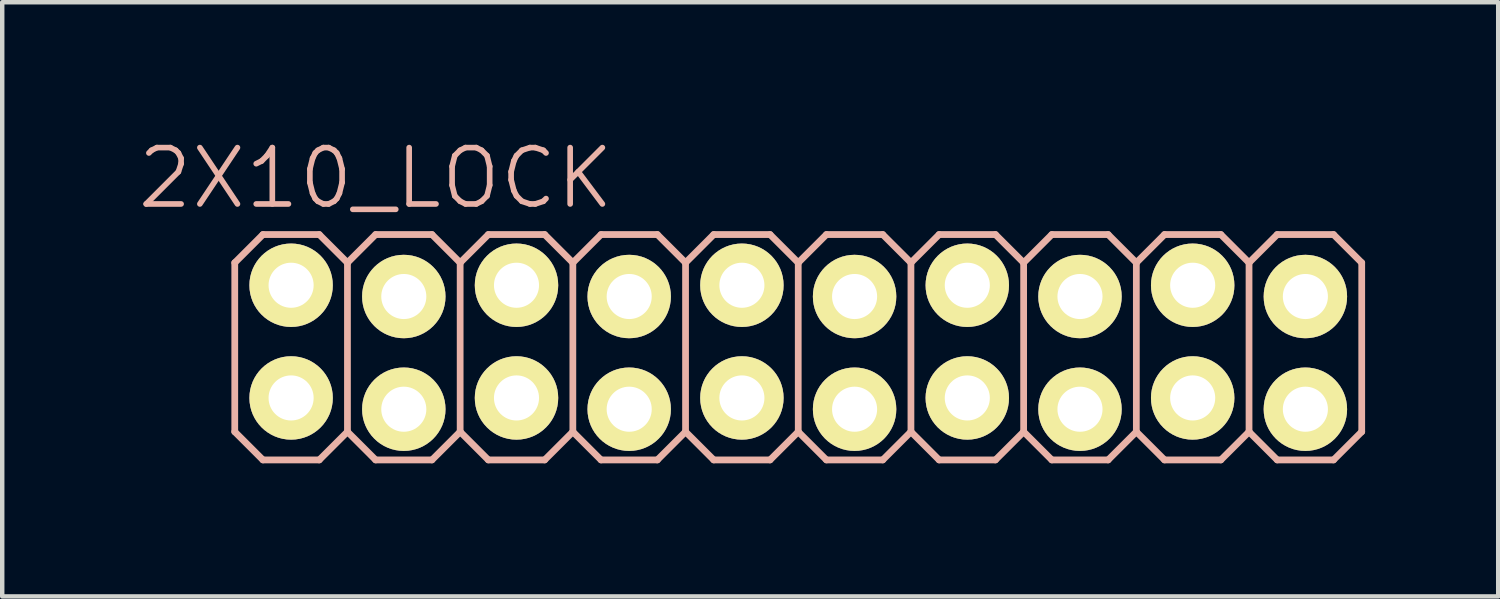
<source format=kicad_pcb>
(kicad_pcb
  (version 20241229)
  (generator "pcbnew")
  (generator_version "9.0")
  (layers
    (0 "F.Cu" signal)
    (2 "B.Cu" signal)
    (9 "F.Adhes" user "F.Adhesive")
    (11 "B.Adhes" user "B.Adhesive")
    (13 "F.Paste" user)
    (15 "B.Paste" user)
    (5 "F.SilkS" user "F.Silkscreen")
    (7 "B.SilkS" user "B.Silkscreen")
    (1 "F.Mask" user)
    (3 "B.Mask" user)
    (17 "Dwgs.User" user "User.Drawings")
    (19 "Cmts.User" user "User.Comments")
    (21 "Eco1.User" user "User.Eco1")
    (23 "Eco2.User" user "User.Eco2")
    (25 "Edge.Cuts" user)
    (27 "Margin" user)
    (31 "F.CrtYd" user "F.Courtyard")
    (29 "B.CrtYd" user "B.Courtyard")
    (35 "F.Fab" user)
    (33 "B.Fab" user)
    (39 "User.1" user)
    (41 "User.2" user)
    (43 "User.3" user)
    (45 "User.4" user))
  (footprint "2X10_LOCK"
    (layer "F.Cu")
    (at 14.941 4.776)
    (property "Reference" "2X10_LOCK" (at -9.525 -3.81 0) (layer "B.SilkS") (effects (font (size 1.27 1.27) (thickness 0.127))))
    (attr exclude_from_pos_files exclude_from_bom)
    (fp_line (start -11.684 -1.524) (end -11.176 -1.524) (stroke (width 0.066) (type solid)) (layer "F.SilkS"))
    (fp_line (start -11.684 -1.016) (end -11.684 -1.524) (stroke (width 0.066) (type solid)) (layer "F.SilkS"))
    (fp_line (start -11.684 -1.016) (end -11.176 -1.016) (stroke (width 0.066) (type solid)) (layer "F.SilkS"))
    (fp_line (start -11.684 1.016) (end -11.176 1.016) (stroke (width 0.066) (type solid)) (layer "F.SilkS"))
    (fp_line (start -11.684 1.524) (end -11.684 1.016) (stroke (width 0.066) (type solid)) (layer "F.SilkS"))
    (fp_line (start -11.684 1.524) (end -11.176 1.524) (stroke (width 0.066) (type solid)) (layer "F.SilkS"))
    (fp_line (start -11.176 -1.016) (end -11.176 -1.524) (stroke (width 0.066) (type solid)) (layer "F.SilkS"))
    (fp_line (start -11.176 1.524) (end -11.176 1.016) (stroke (width 0.066) (type solid)) (layer "F.SilkS"))
    (fp_line (start -9.144 -1.524) (end -8.636 -1.524) (stroke (width 0.066) (type solid)) (layer "F.SilkS"))
    (fp_line (start -9.144 -1.016) (end -9.144 -1.524) (stroke (width 0.066) (type solid)) (layer "F.SilkS"))
    (fp_line (start -9.144 -1.016) (end -8.636 -1.016) (stroke (width 0.066) (type solid)) (layer "F.SilkS"))
    (fp_line (start -9.144 1.016) (end -8.636 1.016) (stroke (width 0.066) (type solid)) (layer "F.SilkS"))
    (fp_line (start -9.144 1.524) (end -9.144 1.016) (stroke (width 0.066) (type solid)) (layer "F.SilkS"))
    (fp_line (start -9.144 1.524) (end -8.636 1.524) (stroke (width 0.066) (type solid)) (layer "F.SilkS"))
    (fp_line (start -8.636 -1.016) (end -8.636 -1.524) (stroke (width 0.066) (type solid)) (layer "F.SilkS"))
    (fp_line (start -8.636 1.524) (end -8.636 1.016) (stroke (width 0.066) (type solid)) (layer "F.SilkS"))
    (fp_line (start -6.604 -1.524) (end -6.096 -1.524) (stroke (width 0.066) (type solid)) (layer "F.SilkS"))
    (fp_line (start -6.604 -1.016) (end -6.604 -1.524) (stroke (width 0.066) (type solid)) (layer "F.SilkS"))
    (fp_line (start -6.604 -1.016) (end -6.096 -1.016) (stroke (width 0.066) (type solid)) (layer "F.SilkS"))
    (fp_line (start -6.604 1.016) (end -6.096 1.016) (stroke (width 0.066) (type solid)) (layer "F.SilkS"))
    (fp_line (start -6.604 1.524) (end -6.604 1.016) (stroke (width 0.066) (type solid)) (layer "F.SilkS"))
    (fp_line (start -6.604 1.524) (end -6.096 1.524) (stroke (width 0.066) (type solid)) (layer "F.SilkS"))
    (fp_line (start -6.096 -1.016) (end -6.096 -1.524) (stroke (width 0.066) (type solid)) (layer "F.SilkS"))
    (fp_line (start -6.096 1.524) (end -6.096 1.016) (stroke (width 0.066) (type solid)) (layer "F.SilkS"))
    (fp_line (start -4.064 -1.524) (end -3.556 -1.524) (stroke (width 0.066) (type solid)) (layer "F.SilkS"))
    (fp_line (start -4.064 -1.016) (end -4.064 -1.524) (stroke (width 0.066) (type solid)) (layer "F.SilkS"))
    (fp_line (start -4.064 -1.016) (end -3.556 -1.016) (stroke (width 0.066) (type solid)) (layer "F.SilkS"))
    (fp_line (start -4.064 1.016) (end -3.556 1.016) (stroke (width 0.066) (type solid)) (layer "F.SilkS"))
    (fp_line (start -4.064 1.524) (end -4.064 1.016) (stroke (width 0.066) (type solid)) (layer "F.SilkS"))
    (fp_line (start -4.064 1.524) (end -3.556 1.524) (stroke (width 0.066) (type solid)) (layer "F.SilkS"))
    (fp_line (start -3.556 -1.016) (end -3.556 -1.524) (stroke (width 0.066) (type solid)) (layer "F.SilkS"))
    (fp_line (start -3.556 1.524) (end -3.556 1.016) (stroke (width 0.066) (type solid)) (layer "F.SilkS"))
    (fp_line (start -1.524 -1.524) (end -1.016 -1.524) (stroke (width 0.066) (type solid)) (layer "F.SilkS"))
    (fp_line (start -1.524 -1.016) (end -1.524 -1.524) (stroke (width 0.066) (type solid)) (layer "F.SilkS"))
    (fp_line (start -1.524 -1.016) (end -1.016 -1.016) (stroke (width 0.066) (type solid)) (layer "F.SilkS"))
    (fp_line (start -1.524 1.016) (end -1.016 1.016) (stroke (width 0.066) (type solid)) (layer "F.SilkS"))
    (fp_line (start -1.524 1.524) (end -1.524 1.016) (stroke (width 0.066) (type solid)) (layer "F.SilkS"))
    (fp_line (start -1.524 1.524) (end -1.016 1.524) (stroke (width 0.066) (type solid)) (layer "F.SilkS"))
    (fp_line (start -1.016 -1.016) (end -1.016 -1.524) (stroke (width 0.066) (type solid)) (layer "F.SilkS"))
    (fp_line (start -1.016 1.524) (end -1.016 1.016) (stroke (width 0.066) (type solid)) (layer "F.SilkS"))
    (fp_line (start 1.016 -1.524) (end 1.524 -1.524) (stroke (width 0.066) (type solid)) (layer "F.SilkS"))
    (fp_line (start 1.016 -1.016) (end 1.016 -1.524) (stroke (width 0.066) (type solid)) (layer "F.SilkS"))
    (fp_line (start 1.016 -1.016) (end 1.524 -1.016) (stroke (width 0.066) (type solid)) (layer "F.SilkS"))
    (fp_line (start 1.016 1.016) (end 1.524 1.016) (stroke (width 0.066) (type solid)) (layer "F.SilkS"))
    (fp_line (start 1.016 1.524) (end 1.016 1.016) (stroke (width 0.066) (type solid)) (layer "F.SilkS"))
    (fp_line (start 1.016 1.524) (end 1.524 1.524) (stroke (width 0.066) (type solid)) (layer "F.SilkS"))
    (fp_line (start 1.524 -1.016) (end 1.524 -1.524) (stroke (width 0.066) (type solid)) (layer "F.SilkS"))
    (fp_line (start 1.524 1.524) (end 1.524 1.016) (stroke (width 0.066) (type solid)) (layer "F.SilkS"))
    (fp_line (start 3.556 -1.524) (end 4.064 -1.524) (stroke (width 0.066) (type solid)) (layer "F.SilkS"))
    (fp_line (start 3.556 -1.016) (end 3.556 -1.524) (stroke (width 0.066) (type solid)) (layer "F.SilkS"))
    (fp_line (start 3.556 -1.016) (end 4.064 -1.016) (stroke (width 0.066) (type solid)) (layer "F.SilkS"))
    (fp_line (start 3.556 1.016) (end 4.064 1.016) (stroke (width 0.066) (type solid)) (layer "F.SilkS"))
    (fp_line (start 3.556 1.524) (end 3.556 1.016) (stroke (width 0.066) (type solid)) (layer "F.SilkS"))
    (fp_line (start 3.556 1.524) (end 4.064 1.524) (stroke (width 0.066) (type solid)) (layer "F.SilkS"))
    (fp_line (start 4.064 -1.016) (end 4.064 -1.524) (stroke (width 0.066) (type solid)) (layer "F.SilkS"))
    (fp_line (start 4.064 1.524) (end 4.064 1.016) (stroke (width 0.066) (type solid)) (layer "F.SilkS"))
    (fp_line (start 6.096 -1.524) (end 6.604 -1.524) (stroke (width 0.066) (type solid)) (layer "F.SilkS"))
    (fp_line (start 6.096 -1.016) (end 6.096 -1.524) (stroke (width 0.066) (type solid)) (layer "F.SilkS"))
    (fp_line (start 6.096 -1.016) (end 6.604 -1.016) (stroke (width 0.066) (type solid)) (layer "F.SilkS"))
    (fp_line (start 6.096 1.016) (end 6.604 1.016) (stroke (width 0.066) (type solid)) (layer "F.SilkS"))
    (fp_line (start 6.096 1.524) (end 6.096 1.016) (stroke (width 0.066) (type solid)) (layer "F.SilkS"))
    (fp_line (start 6.096 1.524) (end 6.604 1.524) (stroke (width 0.066) (type solid)) (layer "F.SilkS"))
    (fp_line (start 6.604 -1.016) (end 6.604 -1.524) (stroke (width 0.066) (type solid)) (layer "F.SilkS"))
    (fp_line (start 6.604 1.524) (end 6.604 1.016) (stroke (width 0.066) (type solid)) (layer "F.SilkS"))
    (fp_line (start 8.636 -1.524) (end 9.144 -1.524) (stroke (width 0.066) (type solid)) (layer "F.SilkS"))
    (fp_line (start 8.636 -1.016) (end 8.636 -1.524) (stroke (width 0.066) (type solid)) (layer "F.SilkS"))
    (fp_line (start 8.636 -1.016) (end 9.144 -1.016) (stroke (width 0.066) (type solid)) (layer "F.SilkS"))
    (fp_line (start 8.636 1.016) (end 9.144 1.016) (stroke (width 0.066) (type solid)) (layer "F.SilkS"))
    (fp_line (start 8.636 1.524) (end 8.636 1.016) (stroke (width 0.066) (type solid)) (layer "F.SilkS"))
    (fp_line (start 8.636 1.524) (end 9.144 1.524) (stroke (width 0.066) (type solid)) (layer "F.SilkS"))
    (fp_line (start 9.144 -1.016) (end 9.144 -1.524) (stroke (width 0.066) (type solid)) (layer "F.SilkS"))
    (fp_line (start 9.144 1.524) (end 9.144 1.016) (stroke (width 0.066) (type solid)) (layer "F.SilkS"))
    (fp_line (start 11.176 -1.524) (end 11.684 -1.524) (stroke (width 0.066) (type solid)) (layer "F.SilkS"))
    (fp_line (start 11.176 -1.016) (end 11.176 -1.524) (stroke (width 0.066) (type solid)) (layer "F.SilkS"))
    (fp_line (start 11.176 -1.016) (end 11.684 -1.016) (stroke (width 0.066) (type solid)) (layer "F.SilkS"))
    (fp_line (start 11.176 1.016) (end 11.684 1.016) (stroke (width 0.066) (type solid)) (layer "F.SilkS"))
    (fp_line (start 11.176 1.524) (end 11.176 1.016) (stroke (width 0.066) (type solid)) (layer "F.SilkS"))
    (fp_line (start 11.176 1.524) (end 11.684 1.524) (stroke (width 0.066) (type solid)) (layer "F.SilkS"))
    (fp_line (start 11.684 -1.016) (end 11.684 -1.524) (stroke (width 0.066) (type solid)) (layer "F.SilkS"))
    (fp_line (start 11.684 1.524) (end 11.684 1.016) (stroke (width 0.066) (type solid)) (layer "F.SilkS"))
    (fp_line (start -12.7 -1.905) (end -12.065 -2.54) (stroke (width 0.152) (type solid)) (layer "B.SilkS"))
    (fp_line (start -12.7 1.905) (end -12.7 -1.905) (stroke (width 0.152) (type solid)) (layer "B.SilkS"))
    (fp_line (start -12.7 1.905) (end -12.065 2.54) (stroke (width 0.152) (type solid)) (layer "B.SilkS"))
    (fp_line (start -12.065 -2.54) (end -10.795 -2.54) (stroke (width 0.152) (type solid)) (layer "B.SilkS"))
    (fp_line (start -12.065 2.54) (end -10.795 2.54) (stroke (width 0.152) (type solid)) (layer "B.SilkS"))
    (fp_line (start -10.795 -2.54) (end -10.16 -1.905) (stroke (width 0.152) (type solid)) (layer "B.SilkS"))
    (fp_line (start -10.795 2.54) (end -10.16 1.905) (stroke (width 0.152) (type solid)) (layer "B.SilkS"))
    (fp_line (start -10.16 -1.905) (end -10.16 1.905) (stroke (width 0.152) (type solid)) (layer "B.SilkS"))
    (fp_line (start -10.16 -1.905) (end -9.525 -2.54) (stroke (width 0.152) (type solid)) (layer "B.SilkS"))
    (fp_line (start -10.16 1.905) (end -9.525 2.54) (stroke (width 0.152) (type solid)) (layer "B.SilkS"))
    (fp_line (start -9.525 -2.54) (end -8.255 -2.54) (stroke (width 0.152) (type solid)) (layer "B.SilkS"))
    (fp_line (start -9.525 2.54) (end -8.255 2.54) (stroke (width 0.152) (type solid)) (layer "B.SilkS"))
    (fp_line (start -8.255 -2.54) (end -7.62 -1.905) (stroke (width 0.152) (type solid)) (layer "B.SilkS"))
    (fp_line (start -8.255 2.54) (end -7.62 1.905) (stroke (width 0.152) (type solid)) (layer "B.SilkS"))
    (fp_line (start -7.62 -1.905) (end -7.62 1.905) (stroke (width 0.152) (type solid)) (layer "B.SilkS"))
    (fp_line (start -7.62 -1.905) (end -6.985 -2.54) (stroke (width 0.152) (type solid)) (layer "B.SilkS"))
    (fp_line (start -7.62 1.905) (end -6.985 2.54) (stroke (width 0.152) (type solid)) (layer "B.SilkS"))
    (fp_line (start -6.985 -2.54) (end -5.715 -2.54) (stroke (width 0.152) (type solid)) (layer "B.SilkS"))
    (fp_line (start -6.985 2.54) (end -5.715 2.54) (stroke (width 0.152) (type solid)) (layer "B.SilkS"))
    (fp_line (start -5.715 -2.54) (end -5.08 -1.905) (stroke (width 0.152) (type solid)) (layer "B.SilkS"))
    (fp_line (start -5.715 2.54) (end -5.08 1.905) (stroke (width 0.152) (type solid)) (layer "B.SilkS"))
    (fp_line (start -5.08 -1.905) (end -5.08 1.905) (stroke (width 0.152) (type solid)) (layer "B.SilkS"))
    (fp_line (start -5.08 -1.905) (end -4.445 -2.54) (stroke (width 0.152) (type solid)) (layer "B.SilkS"))
    (fp_line (start -5.08 1.905) (end -4.445 2.54) (stroke (width 0.152) (type solid)) (layer "B.SilkS"))
    (fp_line (start -4.445 -2.54) (end -3.175 -2.54) (stroke (width 0.152) (type solid)) (layer "B.SilkS"))
    (fp_line (start -4.445 2.54) (end -3.175 2.54) (stroke (width 0.152) (type solid)) (layer "B.SilkS"))
    (fp_line (start -3.175 -2.54) (end -2.54 -1.905) (stroke (width 0.152) (type solid)) (layer "B.SilkS"))
    (fp_line (start -3.175 2.54) (end -2.54 1.905) (stroke (width 0.152) (type solid)) (layer "B.SilkS"))
    (fp_line (start -2.54 -1.905) (end -2.54 1.905) (stroke (width 0.152) (type solid)) (layer "B.SilkS"))
    (fp_line (start -2.54 -1.905) (end -1.905 -2.54) (stroke (width 0.152) (type solid)) (layer "B.SilkS"))
    (fp_line (start -2.54 1.905) (end -1.905 2.54) (stroke (width 0.152) (type solid)) (layer "B.SilkS"))
    (fp_line (start -1.905 -2.54) (end -0.635 -2.54) (stroke (width 0.152) (type solid)) (layer "B.SilkS"))
    (fp_line (start -1.905 2.54) (end -0.635 2.54) (stroke (width 0.152) (type solid)) (layer "B.SilkS"))
    (fp_line (start -0.635 -2.54) (end 0 -1.905) (stroke (width 0.152) (type solid)) (layer "B.SilkS"))
    (fp_line (start -0.635 2.54) (end 0 1.905) (stroke (width 0.152) (type solid)) (layer "B.SilkS"))
    (fp_line (start 0 -1.905) (end 0 1.905) (stroke (width 0.152) (type solid)) (layer "B.SilkS"))
    (fp_line (start 0 -1.905) (end 0.635 -2.54) (stroke (width 0.152) (type solid)) (layer "B.SilkS"))
    (fp_line (start 0 1.905) (end 0.635 2.54) (stroke (width 0.152) (type solid)) (layer "B.SilkS"))
    (fp_line (start 0.635 -2.54) (end 1.905 -2.54) (stroke (width 0.152) (type solid)) (layer "B.SilkS"))
    (fp_line (start 0.635 2.54) (end 1.905 2.54) (stroke (width 0.152) (type solid)) (layer "B.SilkS"))
    (fp_line (start 1.905 -2.54) (end 2.54 -1.905) (stroke (width 0.152) (type solid)) (layer "B.SilkS"))
    (fp_line (start 1.905 2.54) (end 2.54 1.905) (stroke (width 0.152) (type solid)) (layer "B.SilkS"))
    (fp_line (start 2.54 -1.905) (end 2.54 1.905) (stroke (width 0.152) (type solid)) (layer "B.SilkS"))
    (fp_line (start 2.54 -1.905) (end 3.175 -2.54) (stroke (width 0.152) (type solid)) (layer "B.SilkS"))
    (fp_line (start 2.54 1.905) (end 3.175 2.54) (stroke (width 0.152) (type solid)) (layer "B.SilkS"))
    (fp_line (start 3.175 -2.54) (end 4.445 -2.54) (stroke (width 0.152) (type solid)) (layer "B.SilkS"))
    (fp_line (start 3.175 2.54) (end 4.445 2.54) (stroke (width 0.152) (type solid)) (layer "B.SilkS"))
    (fp_line (start 4.445 -2.54) (end 5.08 -1.905) (stroke (width 0.152) (type solid)) (layer "B.SilkS"))
    (fp_line (start 5.08 -1.905) (end 5.08 1.905) (stroke (width 0.152) (type solid)) (layer "B.SilkS"))
    (fp_line (start 5.08 -1.905) (end 5.715 -2.54) (stroke (width 0.152) (type solid)) (layer "B.SilkS"))
    (fp_line (start 5.08 1.905) (end 4.445 2.54) (stroke (width 0.152) (type solid)) (layer "B.SilkS"))
    (fp_line (start 5.08 1.905) (end 5.715 2.54) (stroke (width 0.152) (type solid)) (layer "B.SilkS"))
    (fp_line (start 5.715 -2.54) (end 6.985 -2.54) (stroke (width 0.152) (type solid)) (layer "B.SilkS"))
    (fp_line (start 5.715 2.54) (end 6.985 2.54) (stroke (width 0.152) (type solid)) (layer "B.SilkS"))
    (fp_line (start 6.985 -2.54) (end 7.62 -1.905) (stroke (width 0.152) (type solid)) (layer "B.SilkS"))
    (fp_line (start 7.62 -1.905) (end 7.62 1.905) (stroke (width 0.152) (type solid)) (layer "B.SilkS"))
    (fp_line (start 7.62 -1.905) (end 8.255 -2.54) (stroke (width 0.152) (type solid)) (layer "B.SilkS"))
    (fp_line (start 7.62 1.905) (end 6.985 2.54) (stroke (width 0.152) (type solid)) (layer "B.SilkS"))
    (fp_line (start 7.62 1.905) (end 8.255 2.54) (stroke (width 0.152) (type solid)) (layer "B.SilkS"))
    (fp_line (start 8.255 -2.54) (end 9.525 -2.54) (stroke (width 0.152) (type solid)) (layer "B.SilkS"))
    (fp_line (start 8.255 2.54) (end 9.525 2.54) (stroke (width 0.152) (type solid)) (layer "B.SilkS"))
    (fp_line (start 9.525 -2.54) (end 10.16 -1.905) (stroke (width 0.152) (type solid)) (layer "B.SilkS"))
    (fp_line (start 10.16 -1.905) (end 10.16 1.905) (stroke (width 0.152) (type solid)) (layer "B.SilkS"))
    (fp_line (start 10.16 -1.905) (end 10.795 -2.54) (stroke (width 0.152) (type solid)) (layer "B.SilkS"))
    (fp_line (start 10.16 1.905) (end 9.525 2.54) (stroke (width 0.152) (type solid)) (layer "B.SilkS"))
    (fp_line (start 10.16 1.905) (end 10.795 2.54) (stroke (width 0.152) (type solid)) (layer "B.SilkS"))
    (fp_line (start 10.795 -2.54) (end 12.065 -2.54) (stroke (width 0.152) (type solid)) (layer "B.SilkS"))
    (fp_line (start 10.795 2.54) (end 12.065 2.54) (stroke (width 0.152) (type solid)) (layer "B.SilkS"))
    (fp_line (start 12.065 -2.54) (end 12.7 -1.905) (stroke (width 0.152) (type solid)) (layer "B.SilkS"))
    (fp_line (start 12.7 -1.905) (end 12.7 1.905) (stroke (width 0.152) (type solid)) (layer "B.SilkS"))
    (fp_line (start 12.7 1.905) (end 12.065 2.54) (stroke (width 0.152) (type solid)) (layer "B.SilkS"))
    (pad "1" thru_hole circle (at -11.43 1.143) (size 1.88 1.88) (drill 1.016) (layers "*.Cu" "F.Mask" "F.SilkS" "F.Paste"))
    (pad "2" thru_hole circle (at -11.43 -1.397) (size 1.88 1.88) (drill 1.016) (layers "*.Cu" "F.Mask" "F.SilkS" "F.Paste"))
    (pad "3" thru_hole circle (at -8.89 1.397) (size 1.88 1.88) (drill 1.016) (layers "*.Cu" "F.Mask" "F.SilkS" "F.Paste"))
    (pad "4" thru_hole circle (at -8.89 -1.143) (size 1.88 1.88) (drill 1.016) (layers "*.Cu" "F.Mask" "F.SilkS" "F.Paste"))
    (pad "5" thru_hole circle (at -6.35 1.143) (size 1.88 1.88) (drill 1.016) (layers "*.Cu" "F.Mask" "F.SilkS" "F.Paste"))
    (pad "6" thru_hole circle (at -6.35 -1.397) (size 1.88 1.88) (drill 1.016) (layers "*.Cu" "F.Mask" "F.SilkS" "F.Paste"))
    (pad "7" thru_hole circle (at -3.81 1.397) (size 1.88 1.88) (drill 1.016) (layers "*.Cu" "F.Mask" "F.SilkS" "F.Paste"))
    (pad "8" thru_hole circle (at -3.81 -1.143) (size 1.88 1.88) (drill 1.016) (layers "*.Cu" "F.Mask" "F.SilkS" "F.Paste"))
    (pad "9" thru_hole circle (at -1.27 1.143) (size 1.88 1.88) (drill 1.016) (layers "*.Cu" "F.Mask" "F.SilkS" "F.Paste"))
    (pad "10" thru_hole circle (at -1.27 -1.397) (size 1.88 1.88) (drill 1.016) (layers "*.Cu" "F.Mask" "F.SilkS" "F.Paste"))
    (pad "11" thru_hole circle (at 1.27 1.397) (size 1.88 1.88) (drill 1.016) (layers "*.Cu" "F.Mask" "F.SilkS" "F.Paste"))
    (pad "12" thru_hole circle (at 1.27 -1.143) (size 1.88 1.88) (drill 1.016) (layers "*.Cu" "F.Mask" "F.SilkS" "F.Paste"))
    (pad "13" thru_hole circle (at 3.81 1.143) (size 1.88 1.88) (drill 1.016) (layers "*.Cu" "F.Mask" "F.SilkS" "F.Paste"))
    (pad "14" thru_hole circle (at 3.81 -1.397) (size 1.88 1.88) (drill 1.016) (layers "*.Cu" "F.Mask" "F.SilkS" "F.Paste"))
    (pad "15" thru_hole circle (at 6.35 1.397) (size 1.88 1.88) (drill 1.016) (layers "*.Cu" "F.Mask" "F.SilkS" "F.Paste"))
    (pad "16" thru_hole circle (at 6.35 -1.143) (size 1.88 1.88) (drill 1.016) (layers "*.Cu" "F.Mask" "F.SilkS" "F.Paste"))
    (pad "17" thru_hole circle (at 8.89 1.143) (size 1.88 1.88) (drill 1.016) (layers "*.Cu" "F.Mask" "F.SilkS" "F.Paste"))
    (pad "18" thru_hole circle (at 8.89 -1.397) (size 1.88 1.88) (drill 1.016) (layers "*.Cu" "F.Mask" "F.SilkS" "F.Paste"))
    (pad "19" thru_hole circle (at 11.43 1.397) (size 1.88 1.88) (drill 1.016) (layers "*.Cu" "F.Mask" "F.SilkS" "F.Paste"))
    (pad "20" thru_hole circle (at 11.43 -1.143) (size 1.88 1.88) (drill 1.016) (layers "*.Cu" "F.Mask" "F.SilkS" "F.Paste")))
  (gr_rect
    (start -3 -3)
    (end 30.717 10.392)
    (stroke (width 0.1) (type default))
    (fill no)
    (layer "Edge.Cuts")))
</source>
